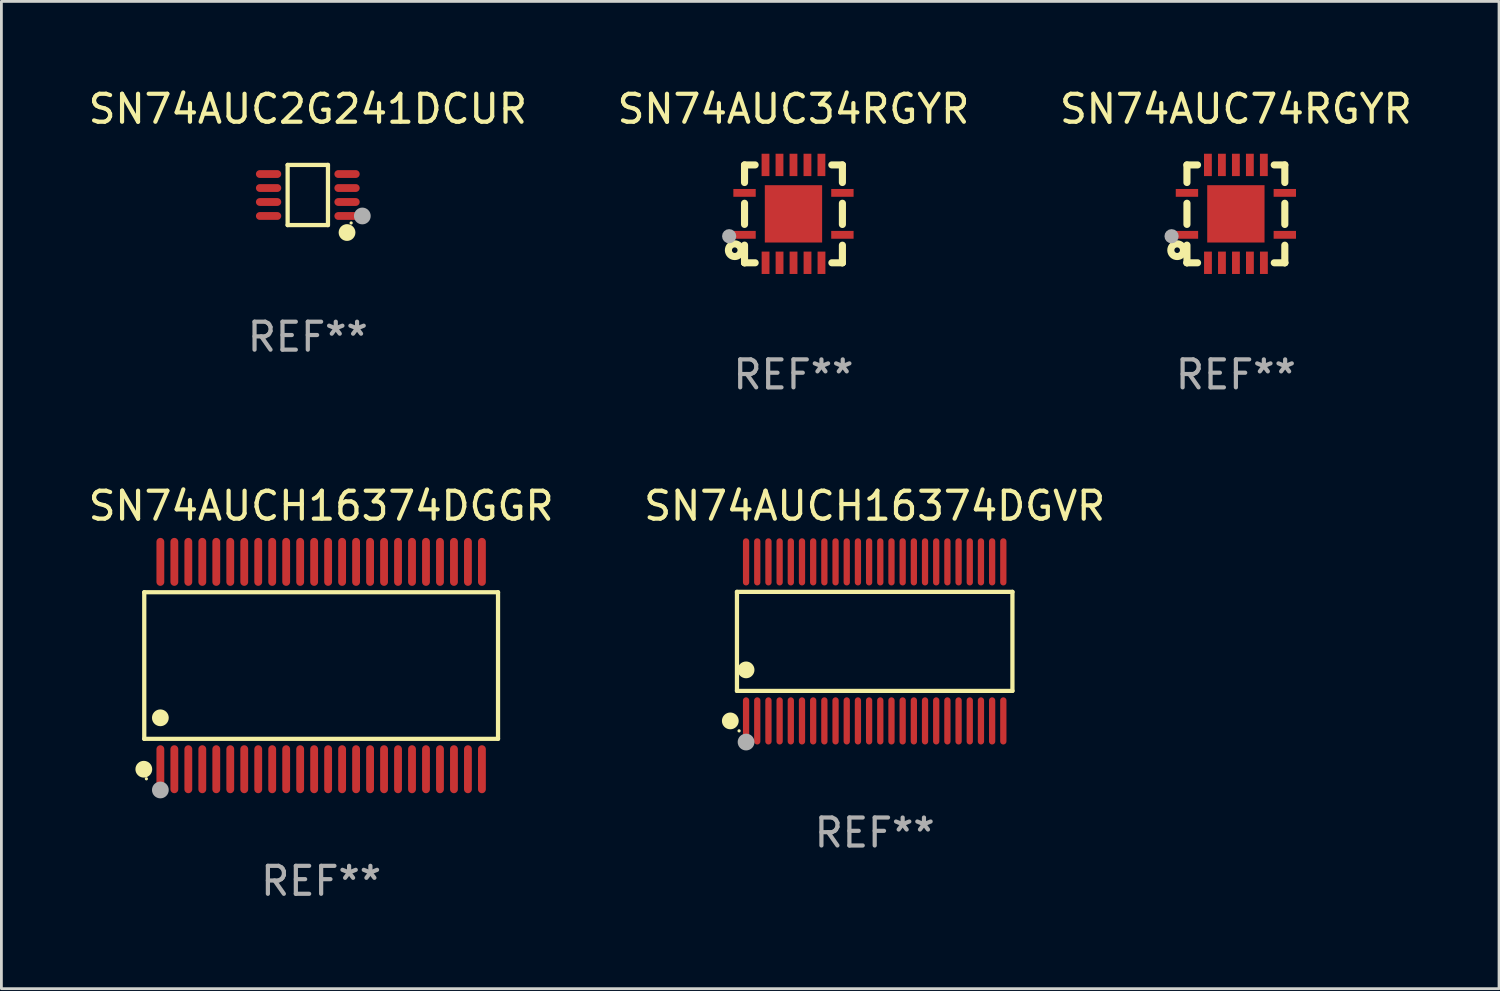
<source format=kicad_pcb>
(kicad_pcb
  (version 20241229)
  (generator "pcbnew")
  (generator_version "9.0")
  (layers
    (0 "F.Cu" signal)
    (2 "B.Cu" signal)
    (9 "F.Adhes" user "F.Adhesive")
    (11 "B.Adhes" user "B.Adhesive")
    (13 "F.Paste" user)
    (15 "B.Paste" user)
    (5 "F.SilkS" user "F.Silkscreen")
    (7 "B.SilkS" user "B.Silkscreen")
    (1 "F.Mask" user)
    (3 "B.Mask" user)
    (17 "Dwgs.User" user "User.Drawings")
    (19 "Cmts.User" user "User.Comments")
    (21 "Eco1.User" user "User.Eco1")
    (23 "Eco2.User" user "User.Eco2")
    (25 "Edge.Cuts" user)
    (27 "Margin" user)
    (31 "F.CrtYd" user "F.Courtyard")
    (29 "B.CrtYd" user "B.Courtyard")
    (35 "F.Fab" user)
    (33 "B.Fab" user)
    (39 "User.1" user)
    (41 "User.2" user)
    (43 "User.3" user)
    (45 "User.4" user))
  (footprint "SN74AUC74RGYR"
    (layer "F.Cu")
    (at 41.149 4.598)
    (property "Reference" "SN74AUC74RGYR" (at 0 -3.75 0) (layer "F.SilkS") (effects (font (size 1 1) (thickness 0.15))))
    (attr through_hole)
    (fp_line (start -1.75 1.75) (end -1.37 1.75) (stroke (width 0.254) (type solid)) (layer "F.SilkS"))
    (fp_line (start -1.75 -1.75) (end -1.75 -1.121) (stroke (width 0.254) (type solid)) (layer "F.SilkS"))
    (fp_line (start -1.75 -0.379) (end -1.75 0.377) (stroke (width 0.254) (type solid)) (layer "F.SilkS"))
    (fp_line (start -1.75 1.119) (end -1.75 1.75) (stroke (width 0.254) (type solid)) (layer "F.SilkS"))
    (fp_line (start -1.75 1.75) (end -1.75 1.75) (stroke (width 0.254) (type solid)) (layer "F.SilkS"))
    (fp_line (start -1.371 -1.75) (end -1.75 -1.75) (stroke (width 0.254) (type solid)) (layer "F.SilkS"))
    (fp_line (start 1.373 1.75) (end 1.75 1.75) (stroke (width 0.254) (type solid)) (layer "F.SilkS"))
    (fp_line (start 1.75 1.75) (end 1.75 1.75) (stroke (width 0.254) (type solid)) (layer "F.SilkS"))
    (fp_line (start 1.75 -1.75) (end 1.371 -1.75) (stroke (width 0.254) (type solid)) (layer "F.SilkS"))
    (fp_line (start 1.75 -1.121) (end 1.75 -1.75) (stroke (width 0.254) (type solid)) (layer "F.SilkS"))
    (fp_line (start 1.75 0.379) (end 1.75 -0.379) (stroke (width 0.254) (type solid)) (layer "F.SilkS"))
    (fp_line (start 1.75 1.75) (end 1.75 1.121) (stroke (width 0.254) (type solid)) (layer "F.SilkS"))
    (fp_circle (center -2.1 1.3) (end -2 1.3) (stroke (width 0.254) (type solid)) (fill no) (layer "F.SilkS"))
    (fp_circle (center -1.747 1.751) (end -1.717 1.751) (stroke (width 0.06) (type solid)) (fill no) (layer "F.SilkS"))
    (fp_circle (center -2.3 0.8) (end -2.173 0.8) (stroke (width 0.254) (type solid)) (fill no) (layer "F.Fab"))
    (fp_text user "REF**" (at 0 5.75 0) (layer "F.Fab") (effects (font (size 1 1) (thickness 0.15))))
    (pad "1" smd rect (at -1.75 0.75 270) (size 0.28 0.8) (layers "F.Cu" "F.Mask" "F.Paste"))
    (pad "2" smd rect (at -0.998 1.75 180) (size 0.28 0.8) (layers "F.Cu" "F.Mask" "F.Paste"))
    (pad "3" smd rect (at -0.498 1.75 180) (size 0.28 0.8) (layers "F.Cu" "F.Mask" "F.Paste"))
    (pad "4" smd rect (at 0.002 1.75 180) (size 0.28 0.8) (layers "F.Cu" "F.Mask" "F.Paste"))
    (pad "5" smd rect (at 0.502 1.75 180) (size 0.28 0.8) (layers "F.Cu" "F.Mask" "F.Paste"))
    (pad "6" smd rect (at 1.002 1.75 180) (size 0.28 0.8) (layers "F.Cu" "F.Mask" "F.Paste"))
    (pad "7" smd rect (at 1.75 0.75 270) (size 0.28 0.8) (layers "F.Cu" "F.Mask" "F.Paste"))
    (pad "8" smd rect (at 1.75 -0.75 270) (size 0.28 0.8) (layers "F.Cu" "F.Mask" "F.Paste"))
    (pad "9" smd rect (at 1 -1.75) (size 0.28 0.8) (layers "F.Cu" "F.Mask" "F.Paste"))
    (pad "10" smd rect (at 0.5 -1.75) (size 0.28 0.8) (layers "F.Cu" "F.Mask" "F.Paste"))
    (pad "11" smd rect (at 0 -1.75) (size 0.28 0.8) (layers "F.Cu" "F.Mask" "F.Paste"))
    (pad "12" smd rect (at -0.5 -1.75) (size 0.28 0.8) (layers "F.Cu" "F.Mask" "F.Paste"))
    (pad "13" smd rect (at -1 -1.75) (size 0.28 0.8) (layers "F.Cu" "F.Mask" "F.Paste"))
    (pad "14" smd rect (at -1.75 -0.75 90) (size 0.28 0.8) (layers "F.Cu" "F.Mask" "F.Paste"))
    (pad "15" smd rect (at 0 0 180) (size 2.05 2.05) (layers "F.Cu" "F.Mask" "F.Paste")))
  (footprint "SN74AUC34RGYR"
    (layer "F.Cu")
    (at 25.327 4.598)
    (property "Reference" "SN74AUC34RGYR" (at 0 -3.75 0) (layer "F.SilkS") (effects (font (size 1 1) (thickness 0.15))))
    (attr through_hole)
    (fp_line (start -1.75 1.75) (end -1.37 1.75) (stroke (width 0.254) (type solid)) (layer "F.SilkS"))
    (fp_line (start -1.75 -1.75) (end -1.75 -1.121) (stroke (width 0.254) (type solid)) (layer "F.SilkS"))
    (fp_line (start -1.75 -0.379) (end -1.75 0.377) (stroke (width 0.254) (type solid)) (layer "F.SilkS"))
    (fp_line (start -1.75 1.119) (end -1.75 1.75) (stroke (width 0.254) (type solid)) (layer "F.SilkS"))
    (fp_line (start -1.75 1.75) (end -1.75 1.75) (stroke (width 0.254) (type solid)) (layer "F.SilkS"))
    (fp_line (start -1.371 -1.75) (end -1.75 -1.75) (stroke (width 0.254) (type solid)) (layer "F.SilkS"))
    (fp_line (start 1.373 1.75) (end 1.75 1.75) (stroke (width 0.254) (type solid)) (layer "F.SilkS"))
    (fp_line (start 1.75 1.75) (end 1.75 1.75) (stroke (width 0.254) (type solid)) (layer "F.SilkS"))
    (fp_line (start 1.75 -1.75) (end 1.371 -1.75) (stroke (width 0.254) (type solid)) (layer "F.SilkS"))
    (fp_line (start 1.75 -1.121) (end 1.75 -1.75) (stroke (width 0.254) (type solid)) (layer "F.SilkS"))
    (fp_line (start 1.75 0.379) (end 1.75 -0.379) (stroke (width 0.254) (type solid)) (layer "F.SilkS"))
    (fp_line (start 1.75 1.75) (end 1.75 1.121) (stroke (width 0.254) (type solid)) (layer "F.SilkS"))
    (fp_circle (center -2.1 1.3) (end -2 1.3) (stroke (width 0.254) (type solid)) (fill no) (layer "F.SilkS"))
    (fp_circle (center -1.747 1.751) (end -1.717 1.751) (stroke (width 0.06) (type solid)) (fill no) (layer "F.SilkS"))
    (fp_circle (center -2.3 0.8) (end -2.173 0.8) (stroke (width 0.254) (type solid)) (fill no) (layer "F.Fab"))
    (fp_text user "REF**" (at 0 5.75 0) (layer "F.Fab") (effects (font (size 1 1) (thickness 0.15))))
    (pad "1" smd rect (at -1.75 0.75 270) (size 0.28 0.8) (layers "F.Cu" "F.Mask" "F.Paste"))
    (pad "2" smd rect (at -0.998 1.75 180) (size 0.28 0.8) (layers "F.Cu" "F.Mask" "F.Paste"))
    (pad "3" smd rect (at -0.498 1.75 180) (size 0.28 0.8) (layers "F.Cu" "F.Mask" "F.Paste"))
    (pad "4" smd rect (at 0.002 1.75 180) (size 0.28 0.8) (layers "F.Cu" "F.Mask" "F.Paste"))
    (pad "5" smd rect (at 0.502 1.75 180) (size 0.28 0.8) (layers "F.Cu" "F.Mask" "F.Paste"))
    (pad "6" smd rect (at 1.002 1.75 180) (size 0.28 0.8) (layers "F.Cu" "F.Mask" "F.Paste"))
    (pad "7" smd rect (at 1.75 0.75 270) (size 0.28 0.8) (layers "F.Cu" "F.Mask" "F.Paste"))
    (pad "8" smd rect (at 1.75 -0.75 270) (size 0.28 0.8) (layers "F.Cu" "F.Mask" "F.Paste"))
    (pad "9" smd rect (at 1 -1.75) (size 0.28 0.8) (layers "F.Cu" "F.Mask" "F.Paste"))
    (pad "10" smd rect (at 0.5 -1.75) (size 0.28 0.8) (layers "F.Cu" "F.Mask" "F.Paste"))
    (pad "11" smd rect (at 0 -1.75) (size 0.28 0.8) (layers "F.Cu" "F.Mask" "F.Paste"))
    (pad "12" smd rect (at -0.5 -1.75) (size 0.28 0.8) (layers "F.Cu" "F.Mask" "F.Paste"))
    (pad "13" smd rect (at -1 -1.75) (size 0.28 0.8) (layers "F.Cu" "F.Mask" "F.Paste"))
    (pad "14" smd rect (at -1.75 -0.75 90) (size 0.28 0.8) (layers "F.Cu" "F.Mask" "F.Paste"))
    (pad "15" smd rect (at 0 0 180) (size 2.05 2.05) (layers "F.Cu" "F.Mask" "F.Paste")))
  (footprint "SN74AUCH16374DGVR"
    (layer "F.Cu")
    (at 28.232 19.888)
    (property "Reference" "SN74AUCH16374DGVR" (at 0 -4.844 0) (layer "F.SilkS") (effects (font (size 1 1) (thickness 0.15))))
    (attr through_hole)
    (fp_line (start -4.926 -1.771) (end 4.926 -1.771) (stroke (width 0.152) (type solid)) (layer "F.SilkS"))
    (fp_line (start -4.926 1.771) (end -4.926 -1.771) (stroke (width 0.152) (type solid)) (layer "F.SilkS"))
    (fp_line (start 4.926 -1.771) (end 4.926 1.771) (stroke (width 0.152) (type solid)) (layer "F.SilkS"))
    (fp_line (start 4.926 1.771) (end -4.926 1.771) (stroke (width 0.152) (type solid)) (layer "F.SilkS"))
    (fp_circle (center -5.164 2.844) (end -5.014 2.844) (stroke (width 0.3) (type solid)) (fill no) (layer "F.SilkS"))
    (fp_circle (center -4.85 3.2) (end -4.82 3.2) (stroke (width 0.06) (type solid)) (fill no) (layer "F.SilkS"))
    (fp_circle (center -4.6 1.019) (end -4.45 1.019) (stroke (width 0.3) (type solid)) (fill no) (layer "F.SilkS"))
    (fp_circle (center -4.6 3.6) (end -4.45 3.6) (stroke (width 0.3) (type solid)) (fill no) (layer "F.Fab"))
    (fp_text user "REF**" (at 0 6.844 0) (layer "F.Fab") (effects (font (size 1 1) (thickness 0.15))))
    (pad "1" smd oval (at -4.6 2.844) (size 0.224 1.687) (layers "F.Cu" "F.Mask" "F.Paste"))
    (pad "2" smd oval (at -4.2 2.844) (size 0.224 1.687) (layers "F.Cu" "F.Mask" "F.Paste"))
    (pad "3" smd oval (at -3.8 2.844) (size 0.224 1.687) (layers "F.Cu" "F.Mask" "F.Paste"))
    (pad "4" smd oval (at -3.4 2.844) (size 0.224 1.687) (layers "F.Cu" "F.Mask" "F.Paste"))
    (pad "5" smd oval (at -3 2.844) (size 0.224 1.687) (layers "F.Cu" "F.Mask" "F.Paste"))
    (pad "6" smd oval (at -2.6 2.844) (size 0.224 1.687) (layers "F.Cu" "F.Mask" "F.Paste"))
    (pad "7" smd oval (at -2.2 2.844) (size 0.224 1.687) (layers "F.Cu" "F.Mask" "F.Paste"))
    (pad "8" smd oval (at -1.8 2.844) (size 0.224 1.687) (layers "F.Cu" "F.Mask" "F.Paste"))
    (pad "9" smd oval (at -1.4 2.844) (size 0.224 1.687) (layers "F.Cu" "F.Mask" "F.Paste"))
    (pad "10" smd oval (at -1 2.844) (size 0.224 1.687) (layers "F.Cu" "F.Mask" "F.Paste"))
    (pad "11" smd oval (at -0.6 2.844) (size 0.224 1.687) (layers "F.Cu" "F.Mask" "F.Paste"))
    (pad "12" smd oval (at -0.2 2.844) (size 0.224 1.687) (layers "F.Cu" "F.Mask" "F.Paste"))
    (pad "13" smd oval (at 0.2 2.844) (size 0.224 1.687) (layers "F.Cu" "F.Mask" "F.Paste"))
    (pad "14" smd oval (at 0.6 2.844) (size 0.224 1.687) (layers "F.Cu" "F.Mask" "F.Paste"))
    (pad "15" smd oval (at 1 2.844) (size 0.224 1.687) (layers "F.Cu" "F.Mask" "F.Paste"))
    (pad "16" smd oval (at 1.4 2.844) (size 0.224 1.687) (layers "F.Cu" "F.Mask" "F.Paste"))
    (pad "17" smd oval (at 1.8 2.844) (size 0.224 1.687) (layers "F.Cu" "F.Mask" "F.Paste"))
    (pad "18" smd oval (at 2.2 2.844) (size 0.224 1.687) (layers "F.Cu" "F.Mask" "F.Paste"))
    (pad "19" smd oval (at 2.6 2.844) (size 0.224 1.687) (layers "F.Cu" "F.Mask" "F.Paste"))
    (pad "20" smd oval (at 3 2.844) (size 0.224 1.687) (layers "F.Cu" "F.Mask" "F.Paste"))
    (pad "21" smd oval (at 3.4 2.844) (size 0.224 1.687) (layers "F.Cu" "F.Mask" "F.Paste"))
    (pad "22" smd oval (at 3.8 2.844) (size 0.224 1.687) (layers "F.Cu" "F.Mask" "F.Paste"))
    (pad "23" smd oval (at 4.2 2.844) (size 0.224 1.687) (layers "F.Cu" "F.Mask" "F.Paste"))
    (pad "24" smd oval (at 4.6 2.844) (size 0.224 1.687) (layers "F.Cu" "F.Mask" "F.Paste"))
    (pad "25" smd oval (at 4.6 -2.844) (size 0.224 1.687) (layers "F.Cu" "F.Mask" "F.Paste"))
    (pad "26" smd oval (at 4.2 -2.844) (size 0.224 1.687) (layers "F.Cu" "F.Mask" "F.Paste"))
    (pad "27" smd oval (at 3.8 -2.844) (size 0.224 1.687) (layers "F.Cu" "F.Mask" "F.Paste"))
    (pad "28" smd oval (at 3.4 -2.844) (size 0.224 1.687) (layers "F.Cu" "F.Mask" "F.Paste"))
    (pad "29" smd oval (at 3 -2.844) (size 0.224 1.687) (layers "F.Cu" "F.Mask" "F.Paste"))
    (pad "30" smd oval (at 2.6 -2.844) (size 0.224 1.687) (layers "F.Cu" "F.Mask" "F.Paste"))
    (pad "31" smd oval (at 2.2 -2.844) (size 0.224 1.687) (layers "F.Cu" "F.Mask" "F.Paste"))
    (pad "32" smd oval (at 1.8 -2.844) (size 0.224 1.687) (layers "F.Cu" "F.Mask" "F.Paste"))
    (pad "33" smd oval (at 1.4 -2.844) (size 0.224 1.687) (layers "F.Cu" "F.Mask" "F.Paste"))
    (pad "34" smd oval (at 1 -2.844) (size 0.224 1.687) (layers "F.Cu" "F.Mask" "F.Paste"))
    (pad "35" smd oval (at 0.6 -2.844) (size 0.224 1.687) (layers "F.Cu" "F.Mask" "F.Paste"))
    (pad "36" smd oval (at 0.2 -2.844) (size 0.224 1.687) (layers "F.Cu" "F.Mask" "F.Paste"))
    (pad "37" smd oval (at -0.2 -2.844) (size 0.224 1.687) (layers "F.Cu" "F.Mask" "F.Paste"))
    (pad "38" smd oval (at -0.6 -2.844) (size 0.224 1.687) (layers "F.Cu" "F.Mask" "F.Paste"))
    (pad "39" smd oval (at -1 -2.844) (size 0.224 1.687) (layers "F.Cu" "F.Mask" "F.Paste"))
    (pad "40" smd oval (at -1.4 -2.844) (size 0.224 1.687) (layers "F.Cu" "F.Mask" "F.Paste"))
    (pad "41" smd oval (at -1.8 -2.844) (size 0.224 1.687) (layers "F.Cu" "F.Mask" "F.Paste"))
    (pad "42" smd oval (at -2.2 -2.844) (size 0.224 1.687) (layers "F.Cu" "F.Mask" "F.Paste"))
    (pad "43" smd oval (at -2.6 -2.844) (size 0.224 1.687) (layers "F.Cu" "F.Mask" "F.Paste"))
    (pad "44" smd oval (at -3 -2.844) (size 0.224 1.687) (layers "F.Cu" "F.Mask" "F.Paste"))
    (pad "45" smd oval (at -3.4 -2.844) (size 0.224 1.687) (layers "F.Cu" "F.Mask" "F.Paste"))
    (pad "46" smd oval (at -3.8 -2.844) (size 0.224 1.687) (layers "F.Cu" "F.Mask" "F.Paste"))
    (pad "47" smd oval (at -4.2 -2.844) (size 0.224 1.687) (layers "F.Cu" "F.Mask" "F.Paste"))
    (pad "48" smd oval (at -4.6 -2.844) (size 0.224 1.687) (layers "F.Cu" "F.Mask" "F.Paste")))
  (footprint "SN74AUCH16374DGGR"
    (layer "F.Cu")
    (at 8.435 20.752)
    (property "Reference" "SN74AUCH16374DGGR" (at 0 -5.708 0) (layer "F.SilkS") (effects (font (size 1 1) (thickness 0.15))))
    (attr through_hole)
    (fp_line (start -6.326 -2.622) (end 6.326 -2.622) (stroke (width 0.152) (type solid)) (layer "F.SilkS"))
    (fp_line (start -6.326 2.621) (end -6.326 -2.622) (stroke (width 0.152) (type solid)) (layer "F.SilkS"))
    (fp_line (start 6.326 -2.622) (end 6.326 2.621) (stroke (width 0.152) (type solid)) (layer "F.SilkS"))
    (fp_line (start 6.326 2.621) (end -6.326 2.621) (stroke (width 0.152) (type solid)) (layer "F.SilkS"))
    (fp_circle (center -6.342 3.708) (end -6.192 3.708) (stroke (width 0.3) (type solid)) (fill no) (layer "F.SilkS"))
    (fp_circle (center -6.25 4.05) (end -6.22 4.05) (stroke (width 0.06) (type solid)) (fill no) (layer "F.SilkS"))
    (fp_circle (center -5.75 1.869) (end -5.6 1.869) (stroke (width 0.3) (type solid)) (fill no) (layer "F.SilkS"))
    (fp_circle (center -5.75 4.45) (end -5.6 4.45) (stroke (width 0.3) (type solid)) (fill no) (layer "F.Fab"))
    (fp_text user "REF**" (at 0 7.708 0) (layer "F.Fab") (effects (font (size 1 1) (thickness 0.15))))
    (pad "1" smd oval (at -5.75 3.708) (size 0.28 1.715) (layers "F.Cu" "F.Mask" "F.Paste"))
    (pad "2" smd oval (at -5.25 3.708) (size 0.28 1.715) (layers "F.Cu" "F.Mask" "F.Paste"))
    (pad "3" smd oval (at -4.75 3.708) (size 0.28 1.715) (layers "F.Cu" "F.Mask" "F.Paste"))
    (pad "4" smd oval (at -4.25 3.708) (size 0.28 1.715) (layers "F.Cu" "F.Mask" "F.Paste"))
    (pad "5" smd oval (at -3.75 3.708) (size 0.28 1.715) (layers "F.Cu" "F.Mask" "F.Paste"))
    (pad "6" smd oval (at -3.25 3.708) (size 0.28 1.715) (layers "F.Cu" "F.Mask" "F.Paste"))
    (pad "7" smd oval (at -2.75 3.708) (size 0.28 1.715) (layers "F.Cu" "F.Mask" "F.Paste"))
    (pad "8" smd oval (at -2.25 3.708) (size 0.28 1.715) (layers "F.Cu" "F.Mask" "F.Paste"))
    (pad "9" smd oval (at -1.75 3.708) (size 0.28 1.715) (layers "F.Cu" "F.Mask" "F.Paste"))
    (pad "10" smd oval (at -1.25 3.708) (size 0.28 1.715) (layers "F.Cu" "F.Mask" "F.Paste"))
    (pad "11" smd oval (at -0.75 3.708) (size 0.28 1.715) (layers "F.Cu" "F.Mask" "F.Paste"))
    (pad "12" smd oval (at -0.25 3.708) (size 0.28 1.715) (layers "F.Cu" "F.Mask" "F.Paste"))
    (pad "13" smd oval (at 0.25 3.708) (size 0.28 1.715) (layers "F.Cu" "F.Mask" "F.Paste"))
    (pad "14" smd oval (at 0.75 3.708) (size 0.28 1.715) (layers "F.Cu" "F.Mask" "F.Paste"))
    (pad "15" smd oval (at 1.25 3.708) (size 0.28 1.715) (layers "F.Cu" "F.Mask" "F.Paste"))
    (pad "16" smd oval (at 1.75 3.708) (size 0.28 1.715) (layers "F.Cu" "F.Mask" "F.Paste"))
    (pad "17" smd oval (at 2.25 3.708) (size 0.28 1.715) (layers "F.Cu" "F.Mask" "F.Paste"))
    (pad "18" smd oval (at 2.75 3.708) (size 0.28 1.715) (layers "F.Cu" "F.Mask" "F.Paste"))
    (pad "19" smd oval (at 3.25 3.708) (size 0.28 1.715) (layers "F.Cu" "F.Mask" "F.Paste"))
    (pad "20" smd oval (at 3.75 3.708) (size 0.28 1.715) (layers "F.Cu" "F.Mask" "F.Paste"))
    (pad "21" smd oval (at 4.25 3.708) (size 0.28 1.715) (layers "F.Cu" "F.Mask" "F.Paste"))
    (pad "22" smd oval (at 4.75 3.708) (size 0.28 1.715) (layers "F.Cu" "F.Mask" "F.Paste"))
    (pad "23" smd oval (at 5.25 3.708) (size 0.28 1.715) (layers "F.Cu" "F.Mask" "F.Paste"))
    (pad "24" smd oval (at 5.75 3.708) (size 0.28 1.715) (layers "F.Cu" "F.Mask" "F.Paste"))
    (pad "25" smd oval (at 5.75 -3.708) (size 0.28 1.715) (layers "F.Cu" "F.Mask" "F.Paste"))
    (pad "26" smd oval (at 5.25 -3.708) (size 0.28 1.715) (layers "F.Cu" "F.Mask" "F.Paste"))
    (pad "27" smd oval (at 4.75 -3.708) (size 0.28 1.715) (layers "F.Cu" "F.Mask" "F.Paste"))
    (pad "28" smd oval (at 4.25 -3.708) (size 0.28 1.715) (layers "F.Cu" "F.Mask" "F.Paste"))
    (pad "29" smd oval (at 3.75 -3.708) (size 0.28 1.715) (layers "F.Cu" "F.Mask" "F.Paste"))
    (pad "30" smd oval (at 3.25 -3.708) (size 0.28 1.715) (layers "F.Cu" "F.Mask" "F.Paste"))
    (pad "31" smd oval (at 2.75 -3.708) (size 0.28 1.715) (layers "F.Cu" "F.Mask" "F.Paste"))
    (pad "32" smd oval (at 2.25 -3.708) (size 0.28 1.715) (layers "F.Cu" "F.Mask" "F.Paste"))
    (pad "33" smd oval (at 1.75 -3.708) (size 0.28 1.715) (layers "F.Cu" "F.Mask" "F.Paste"))
    (pad "34" smd oval (at 1.25 -3.708) (size 0.28 1.715) (layers "F.Cu" "F.Mask" "F.Paste"))
    (pad "35" smd oval (at 0.75 -3.708) (size 0.28 1.715) (layers "F.Cu" "F.Mask" "F.Paste"))
    (pad "36" smd oval (at 0.25 -3.708) (size 0.28 1.715) (layers "F.Cu" "F.Mask" "F.Paste"))
    (pad "37" smd oval (at -0.25 -3.708) (size 0.28 1.715) (layers "F.Cu" "F.Mask" "F.Paste"))
    (pad "38" smd oval (at -0.75 -3.708) (size 0.28 1.715) (layers "F.Cu" "F.Mask" "F.Paste"))
    (pad "39" smd oval (at -1.25 -3.708) (size 0.28 1.715) (layers "F.Cu" "F.Mask" "F.Paste"))
    (pad "40" smd oval (at -1.75 -3.708) (size 0.28 1.715) (layers "F.Cu" "F.Mask" "F.Paste"))
    (pad "41" smd oval (at -2.25 -3.708) (size 0.28 1.715) (layers "F.Cu" "F.Mask" "F.Paste"))
    (pad "42" smd oval (at -2.75 -3.708) (size 0.28 1.715) (layers "F.Cu" "F.Mask" "F.Paste"))
    (pad "43" smd oval (at -3.25 -3.708) (size 0.28 1.715) (layers "F.Cu" "F.Mask" "F.Paste"))
    (pad "44" smd oval (at -3.75 -3.708) (size 0.28 1.715) (layers "F.Cu" "F.Mask" "F.Paste"))
    (pad "45" smd oval (at -4.25 -3.708) (size 0.28 1.715) (layers "F.Cu" "F.Mask" "F.Paste"))
    (pad "46" smd oval (at -4.75 -3.708) (size 0.28 1.715) (layers "F.Cu" "F.Mask" "F.Paste"))
    (pad "47" smd oval (at -5.25 -3.708) (size 0.28 1.715) (layers "F.Cu" "F.Mask" "F.Paste"))
    (pad "48" smd oval (at -5.75 -3.708) (size 0.28 1.715) (layers "F.Cu" "F.Mask" "F.Paste")))
  (footprint "SN74AUC2G241DCUR"
    (layer "F.Cu")
    (at 7.958 3.924)
    (property "Reference" "SN74AUC2G241DCUR" (at 0 -3.076 0) (layer "F.SilkS") (effects (font (size 1 1) (thickness 0.15))))
    (attr through_hole)
    (fp_line (start -0.721 -1.076) (end 0.721 -1.076) (stroke (width 0.152) (type solid)) (layer "F.SilkS"))
    (fp_line (start -0.721 1.076) (end -0.721 -1.076) (stroke (width 0.152) (type solid)) (layer "F.SilkS"))
    (fp_line (start 0.721 -1.076) (end 0.721 1.076) (stroke (width 0.152) (type solid)) (layer "F.SilkS"))
    (fp_line (start 0.721 1.076) (end -0.721 1.076) (stroke (width 0.152) (type solid)) (layer "F.SilkS"))
    (fp_circle (center 1.403 1.342) (end 1.553 1.342) (stroke (width 0.3) (type solid)) (fill no) (layer "F.SilkS"))
    (fp_circle (center 1.55 1) (end 1.58 1) (stroke (width 0.06) (type solid)) (fill no) (layer "F.SilkS"))
    (fp_circle (center 1.95 0.75) (end 2.1 0.75) (stroke (width 0.3) (type solid)) (fill no) (layer "F.Fab"))
    (fp_text user "REF**" (at 0 5.076 0) (layer "F.Fab") (effects (font (size 1 1) (thickness 0.15))))
    (pad "1" smd oval (at 1.403 0.75 90) (size 0.28 0.905) (layers "F.Cu" "F.Mask" "F.Paste"))
    (pad "2" smd oval (at 1.403 0.25 90) (size 0.28 0.905) (layers "F.Cu" "F.Mask" "F.Paste"))
    (pad "3" smd oval (at 1.403 -0.25 90) (size 0.28 0.905) (layers "F.Cu" "F.Mask" "F.Paste"))
    (pad "4" smd oval (at 1.403 -0.75 90) (size 0.28 0.905) (layers "F.Cu" "F.Mask" "F.Paste"))
    (pad "5" smd oval (at -1.403 -0.75 90) (size 0.28 0.905) (layers "F.Cu" "F.Mask" "F.Paste"))
    (pad "6" smd oval (at -1.403 -0.25 90) (size 0.28 0.905) (layers "F.Cu" "F.Mask" "F.Paste"))
    (pad "7" smd oval (at -1.403 0.25 90) (size 0.28 0.905) (layers "F.Cu" "F.Mask" "F.Paste"))
    (pad "8" smd oval (at -1.403 0.75 90) (size 0.28 0.905) (layers "F.Cu" "F.Mask" "F.Paste")))
  (gr_rect
    (start -3 -3)
    (end 50.56 32.308)
    (stroke (width 0.1) (type default))
    (fill no)
    (layer "Edge.Cuts")))
</source>
